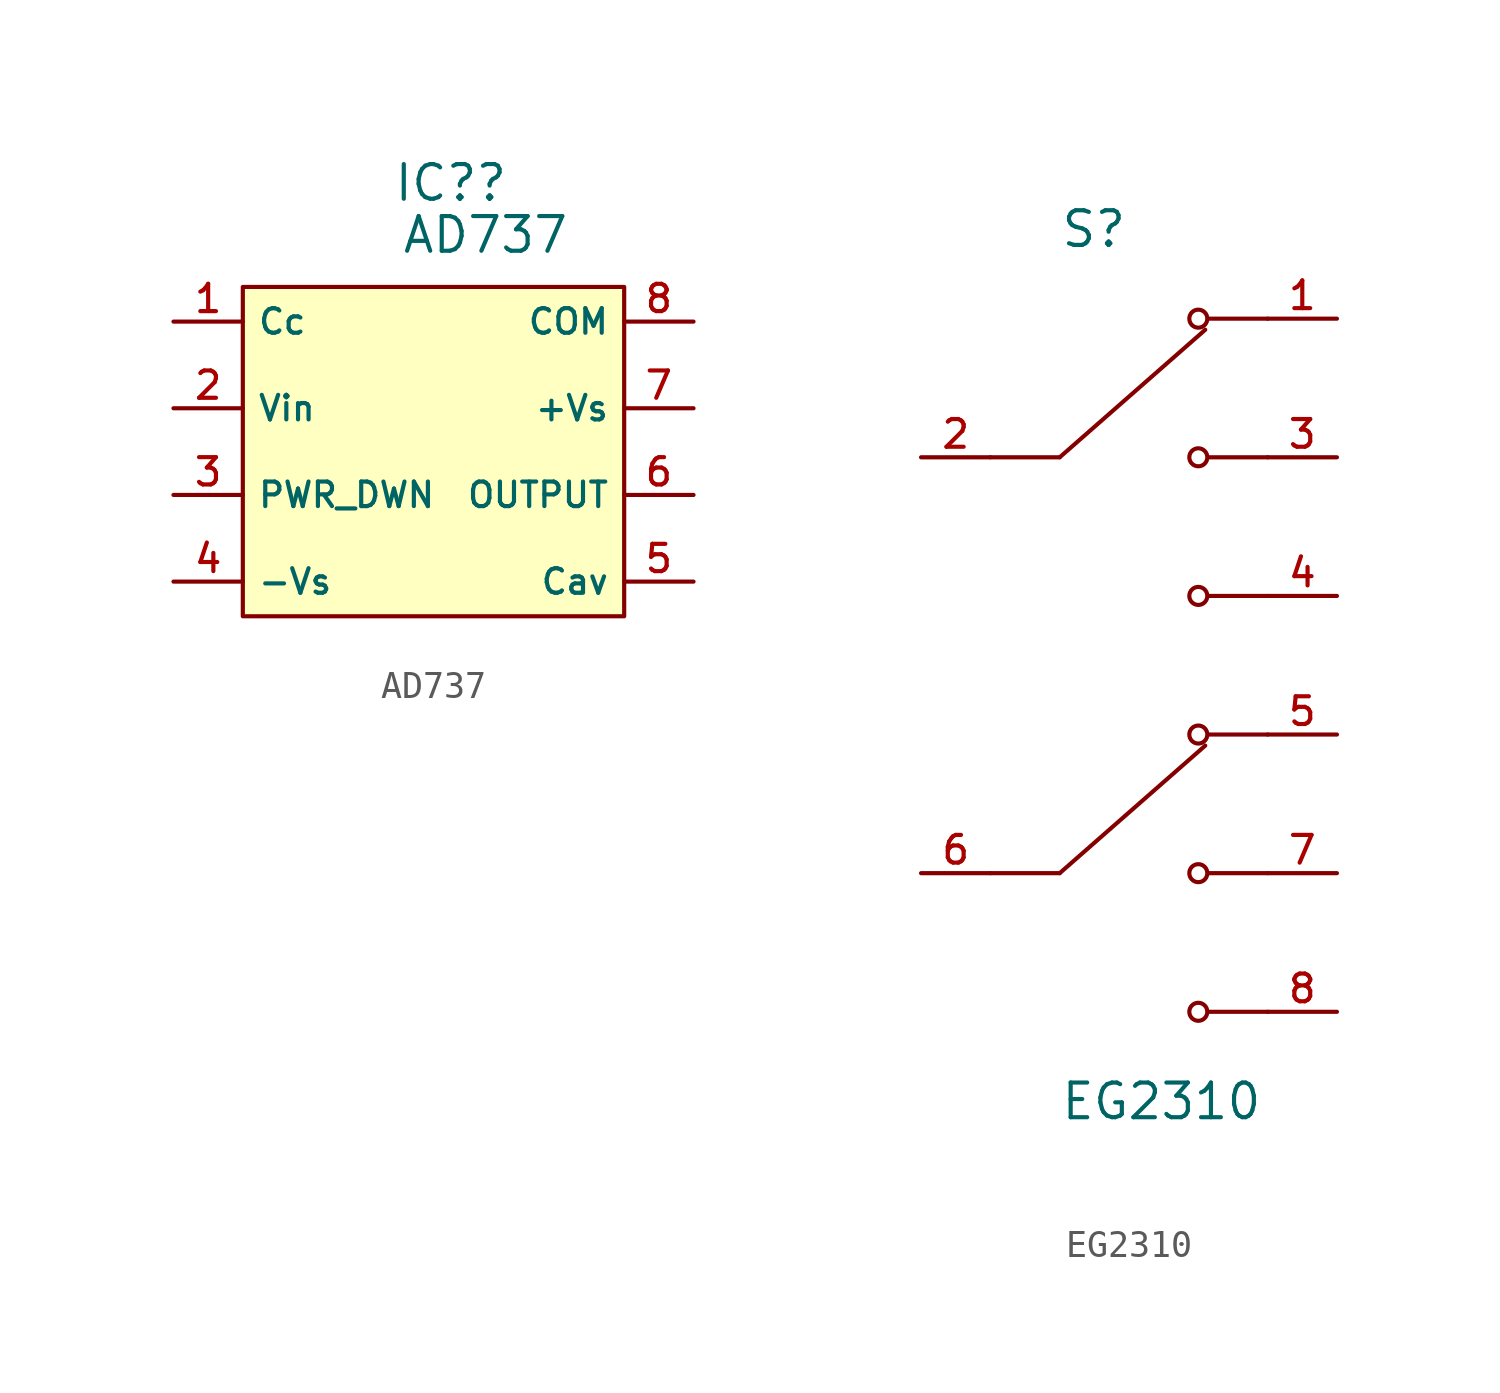
<source format=kicad_sym>
(kicad_symbol_lib
  (version 20211014)
  (generator kicad_symbol_editor)
  (symbol "AD737"
    (property "Reference" "IC?"
      (at 0.635 9.525 0)
      (effects (font (size 1.27 1.27))))
    (property "Value" "AD737"
      (at 1.905 7.62 0)
      (effects (font (size 1.27 1.27))))
    (symbol "AD737_0_1"
      (rectangle (start -6.985 5.715) (end 6.985 -6.35) (stroke (width 0) (type default) (color 0 0 0 0)) (fill (type background))))
    (symbol "AD737_1_1"
      (pin input line (at -9.525 4.445 0) (length 2.54) (name "Cc" (effects (font (size 0.9 0.9)))) (number "1" (effects (font (size 1 1)))))
      (pin input line (at -9.525 1.27 0) (length 2.54) (name "Vin" (effects (font (size 0.9 0.9)))) (number "2" (effects (font (size 1 1)))))
      (pin input line (at -9.525 -1.905 0) (length 2.54) (name "PWR_DWN" (effects (font (size 0.9 0.9)))) (number "3" (effects (font (size 1 1)))))
      (pin input line (at -9.525 -5.08 0) (length 2.54) (name "-Vs" (effects (font (size 0.9 0.9)))) (number "4" (effects (font (size 1 1)))))
      (pin input line (at 9.525 -5.08 180) (length 2.54) (name "Cav" (effects (font (size 0.9 0.9)))) (number "5" (effects (font (size 1 1)))))
      (pin input line (at 9.525 -1.905 180) (length 2.54) (name "OUTPUT" (effects (font (size 0.9 0.9)))) (number "6" (effects (font (size 1 1)))))
      (pin input line (at 9.525 1.27 180) (length 2.54) (name "+Vs" (effects (font (size 0.9 0.9)))) (number "7" (effects (font (size 1 1)))))
      (pin input line (at 9.525 4.445 180) (length 2.54) (name "COM" (effects (font (size 0.9 0.9)))) (number "8" (effects (font (size 1 1)))))))
  (symbol "EG2310"
    (pin_names
      (offset 1.016))
    (property "Reference" "S"
      (at -2.54 15.24 0)
      (effects (font (size 1.27 1.27)) (justify left bottom)))
    (property "Value" "EG2310"
      (at -2.54 -15.24 0)
      (effects (font (size 1.27 1.27)) (justify left top)))
    (symbol "EG2310_0_0"
      (polyline (pts (xy -2.54 -7.62) (xy -5.08 -7.62)) (stroke (width 0.152) (type default) (color 0 0 0 0)) (fill (type none)))
      (polyline (pts (xy -2.54 -7.62) (xy 2.794 -2.946)) (stroke (width 0.152) (type default) (color 0 0 0 0)) (fill (type none)))
      (polyline (pts (xy -2.54 7.62) (xy -5.08 7.62)) (stroke (width 0.152) (type default) (color 0 0 0 0)) (fill (type none)))
      (polyline (pts (xy -2.54 7.62) (xy 2.794 12.294)) (stroke (width 0.152) (type default) (color 0 0 0 0)) (fill (type none)))
      (polyline (pts (xy 5.08 -12.7) (xy 2.921 -12.7)) (stroke (width 0.152) (type default) (color 0 0 0 0)) (fill (type none)))
      (polyline (pts (xy 5.08 -7.62) (xy 2.921 -7.62)) (stroke (width 0.152) (type default) (color 0 0 0 0)) (fill (type none)))
      (polyline (pts (xy 5.08 -2.54) (xy 2.921 -2.54)) (stroke (width 0.152) (type default) (color 0 0 0 0)) (fill (type none)))
      (polyline (pts (xy 5.08 2.54) (xy 2.921 2.54)) (stroke (width 0.152) (type default) (color 0 0 0 0)) (fill (type none)))
      (polyline (pts (xy 5.08 7.62) (xy 2.921 7.62)) (stroke (width 0.152) (type default) (color 0 0 0 0)) (fill (type none)))
      (polyline (pts (xy 5.08 12.7) (xy 2.921 12.7)) (stroke (width 0.152) (type default) (color 0 0 0 0)) (fill (type none)))
      (circle (center 2.54 -12.7) (radius 0.33) (stroke (width 0.152) (type default) (color 0 0 0 0)) (fill (type none)))
      (circle (center 2.54 -7.62) (radius 0.33) (stroke (width 0.152) (type default) (color 0 0 0 0)) (fill (type none)))
      (circle (center 2.54 -2.54) (radius 0.33) (stroke (width 0.152) (type default) (color 0 0 0 0)) (fill (type none)))
      (circle (center 2.54 2.54) (radius 0.33) (stroke (width 0.152) (type default) (color 0 0 0 0)) (fill (type none)))
      (circle (center 2.54 7.62) (radius 0.33) (stroke (width 0.152) (type default) (color 0 0 0 0)) (fill (type none)))
      (circle (center 2.54 12.7) (radius 0.33) (stroke (width 0.152) (type default) (color 0 0 0 0)) (fill (type none)))
      (pin passive line (at 7.62 12.7 180) (length 2.54) (name "~" (effects (font (size 1.016 1.016)))) (number "1" (effects (font (size 1.016 1.016)))))
      (pin passive line (at -7.62 7.62 0) (length 2.54) (name "~" (effects (font (size 1.016 1.016)))) (number "2" (effects (font (size 1.016 1.016)))))
      (pin passive line (at 7.62 7.62 180) (length 2.54) (name "~" (effects (font (size 1.016 1.016)))) (number "3" (effects (font (size 1.016 1.016)))))
      (pin passive line (at 7.62 2.54 180) (length 2.54) (name "~" (effects (font (size 1.016 1.016)))) (number "4" (effects (font (size 1.016 1.016)))))
      (pin passive line (at 7.62 -2.54 180) (length 2.54) (name "~" (effects (font (size 1.016 1.016)))) (number "5" (effects (font (size 1.016 1.016)))))
      (pin passive line (at -7.62 -7.62 0) (length 2.54) (name "~" (effects (font (size 1.016 1.016)))) (number "6" (effects (font (size 1.016 1.016)))))
      (pin passive line (at 7.62 -7.62 180) (length 2.54) (name "~" (effects (font (size 1.016 1.016)))) (number "7" (effects (font (size 1.016 1.016)))))
      (pin passive line (at 7.62 -12.7 180) (length 2.54) (name "~" (effects (font (size 1.016 1.016)))) (number "8" (effects (font (size 1.016 1.016))))))))
</source>
